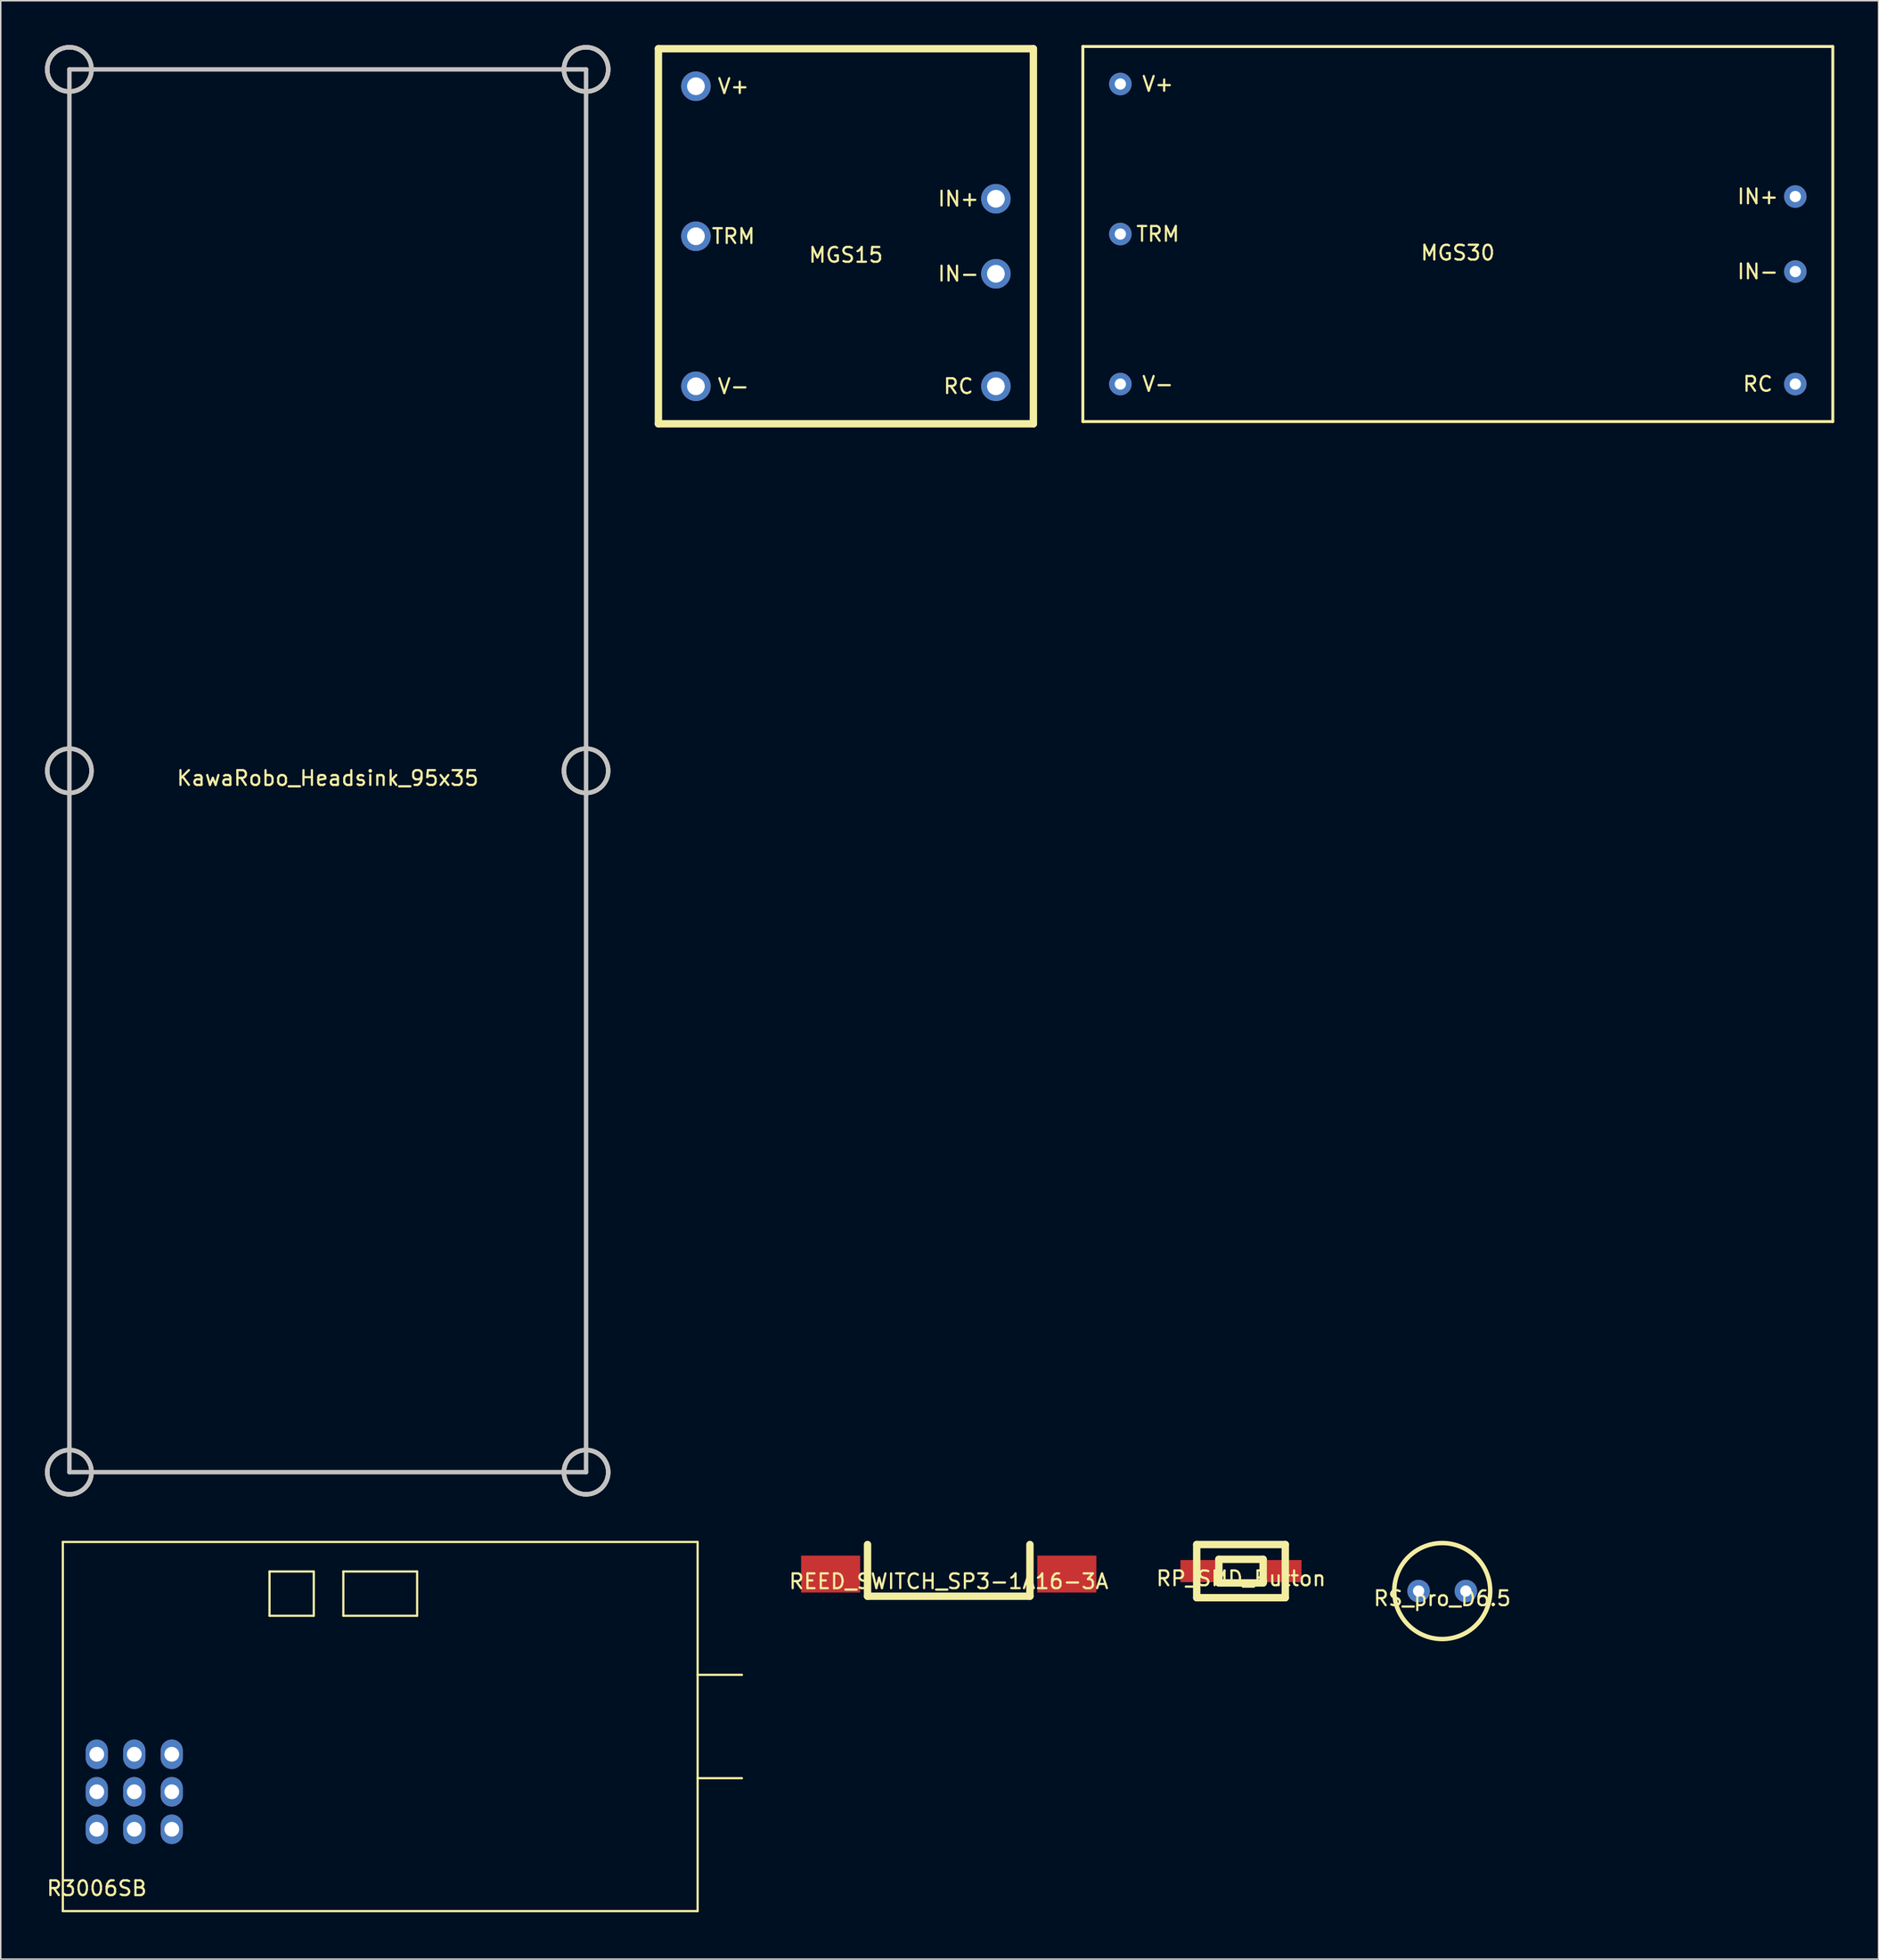
<source format=kicad_pcb>
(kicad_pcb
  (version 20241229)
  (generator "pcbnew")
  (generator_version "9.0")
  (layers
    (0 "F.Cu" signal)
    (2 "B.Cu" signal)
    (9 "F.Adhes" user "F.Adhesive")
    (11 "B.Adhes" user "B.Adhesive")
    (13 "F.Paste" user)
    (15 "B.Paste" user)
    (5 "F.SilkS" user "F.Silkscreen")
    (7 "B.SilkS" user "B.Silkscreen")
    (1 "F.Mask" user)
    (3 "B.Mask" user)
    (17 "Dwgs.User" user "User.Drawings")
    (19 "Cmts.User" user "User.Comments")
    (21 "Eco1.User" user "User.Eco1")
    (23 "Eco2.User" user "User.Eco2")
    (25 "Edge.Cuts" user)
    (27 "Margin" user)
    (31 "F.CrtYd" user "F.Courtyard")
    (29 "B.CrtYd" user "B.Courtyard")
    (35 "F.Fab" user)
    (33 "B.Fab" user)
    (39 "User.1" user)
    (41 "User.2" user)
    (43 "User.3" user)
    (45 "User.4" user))
  (footprint "RP_SMD_Button"
    (layer "F.Cu")
    (at 81.013 103.35)
    (property "Reference" "RP_SMD_Button" (at 0 0.5 0) (layer "F.SilkS") (effects (font (size 1 1) (thickness 0.15))))
    (attr through_hole)
    (fp_line (start -3 -1.8) (end -3 1.8) (stroke (width 0.5) (type solid)) (layer "F.SilkS"))
    (fp_line (start -3 1.8) (end 3 1.8) (stroke (width 0.5) (type solid)) (layer "F.SilkS"))
    (fp_line (start -1.5 -0.8) (end -1.5 0.8) (stroke (width 0.5) (type solid)) (layer "F.SilkS"))
    (fp_line (start -1.5 0.8) (end 1.5 0.8) (stroke (width 0.5) (type solid)) (layer "F.SilkS"))
    (fp_line (start 1.5 -0.8) (end -1.5 -0.8) (stroke (width 0.5) (type solid)) (layer "F.SilkS"))
    (fp_line (start 1.5 0.8) (end 1.5 -0.8) (stroke (width 0.5) (type solid)) (layer "F.SilkS"))
    (fp_line (start 3 -1.8) (end -3 -1.8) (stroke (width 0.5) (type solid)) (layer "F.SilkS"))
    (fp_line (start 3 1.8) (end 3 -1.8) (stroke (width 0.5) (type solid)) (layer "F.SilkS"))
    (pad "1" smd rect (at 2.8 0) (size 2.6 1.5) (layers "F.Cu" "F.Mask" "F.Paste"))
    (pad "2" smd rect (at -2.8 0) (size 2.6 1.5) (layers "F.Cu" "F.Mask" "F.Paste")))
  (footprint "MGS15"
    (layer "F.Cu")
    (at 54.25 12.95)
    (property "Reference" "MGS15" (at 0 1.27 0) (layer "F.SilkS") (effects (font (size 1 1) (thickness 0.15))))
    (attr through_hole)
    (fp_line (start -12.7 -12.7) (end -12.7 12.7) (stroke (width 0.5) (type solid)) (layer "F.SilkS"))
    (fp_line (start -12.7 12.7) (end 12.7 12.7) (stroke (width 0.5) (type solid)) (layer "F.SilkS"))
    (fp_line (start 12.7 -12.7) (end -12.7 -12.7) (stroke (width 0.5) (type solid)) (layer "F.SilkS"))
    (fp_line (start 12.7 12.7) (end 12.7 -12.7) (stroke (width 0.5) (type solid)) (layer "F.SilkS"))
    (fp_text user "IN+" (at 7.62 -2.54 0) (layer "F.SilkS") (effects (font (size 1 1) (thickness 0.15))))
    (fp_text user "IN-" (at 7.62 2.54 0) (layer "F.SilkS") (effects (font (size 1 1) (thickness 0.15))))
    (fp_text user "V-" (at -7.62 10.16 0) (layer "F.SilkS") (effects (font (size 1 1) (thickness 0.15))))
    (fp_text user "RC" (at 7.62 10.16 0) (layer "F.SilkS") (effects (font (size 1 1) (thickness 0.15))))
    (fp_text user "V+" (at -7.62 -10.16 0) (layer "F.SilkS") (effects (font (size 1 1) (thickness 0.15))))
    (fp_text user "TRM" (at -7.62 0 0) (layer "F.SilkS") (effects (font (size 1 1) (thickness 0.15))))
    (pad "1" thru_hole circle (at -10.16 -10.16) (size 2 2) (drill 1.2) (layers "*.Cu" "*.Mask"))
    (pad "2" thru_hole circle (at -10.16 0) (size 2 2) (drill 1.2) (layers "*.Cu" "*.Mask"))
    (pad "3" thru_hole circle (at -10.16 10.16) (size 2 2) (drill 1.2) (layers "*.Cu" "*.Mask"))
    (pad "4" thru_hole circle (at 10.16 10.16) (size 2 2) (drill 1.2) (layers "*.Cu" "*.Mask"))
    (pad "5" thru_hole circle (at 10.16 2.54) (size 2 2) (drill 1.2) (layers "*.Cu" "*.Mask"))
    (pad "6" thru_hole circle (at 10.16 -2.54) (size 2 2) (drill 1.2) (layers "*.Cu" "*.Mask")))
  (footprint "REED_SWITCH_SP3-1A16-3A"
    (layer "F.Cu")
    (at 61.215 103.55)
    (property "Reference" "REED_SWITCH_SP3-1A16-3A" (at 0 0.5 0) (layer "F.SilkS") (effects (font (size 1 1) (thickness 0.15))))
    (attr through_hole)
    (fp_line (start -5.5 -2) (end -5.5 1.5) (stroke (width 0.5) (type solid)) (layer "F.SilkS"))
    (fp_line (start -5.5 1.5) (end 5.5 1.5) (stroke (width 0.5) (type solid)) (layer "F.SilkS"))
    (fp_line (start 5.5 1.5) (end 5.5 -2) (stroke (width 0.5) (type solid)) (layer "F.SilkS"))
    (pad "1" smd rect (at 8 0) (size 4 2.5) (layers "F.Cu" "F.Mask" "F.Paste"))
    (pad "2" smd rect (at -8 0) (size 4 2.5) (layers "F.Cu" "F.Mask" "F.Paste")))
  (footprint "R3006SB"
    (layer "F.Cu")
    (at 1.206 126.375)
    (property "Reference" "R3006SB" (at 2.3 -1.54 0) (layer "F.SilkS") (effects (font (size 1 1) (thickness 0.15))))
    (attr through_hole)
    (fp_line (start 0 -25) (end 0 0) (stroke (width 0.15) (type solid)) (layer "F.SilkS"))
    (fp_line (start 0 0) (end 43 0) (stroke (width 0.15) (type solid)) (layer "F.SilkS"))
    (fp_line (start 14 -23) (end 14 -20) (stroke (width 0.15) (type solid)) (layer "F.SilkS"))
    (fp_line (start 14 -20) (end 17 -20) (stroke (width 0.15) (type solid)) (layer "F.SilkS"))
    (fp_line (start 17 -23) (end 14 -23) (stroke (width 0.15) (type solid)) (layer "F.SilkS"))
    (fp_line (start 17 -20) (end 17 -23) (stroke (width 0.15) (type solid)) (layer "F.SilkS"))
    (fp_line (start 19 -23) (end 19 -20) (stroke (width 0.15) (type solid)) (layer "F.SilkS"))
    (fp_line (start 19 -20) (end 24 -20) (stroke (width 0.15) (type solid)) (layer "F.SilkS"))
    (fp_line (start 24 -23) (end 19 -23) (stroke (width 0.15) (type solid)) (layer "F.SilkS"))
    (fp_line (start 24 -20) (end 24 -23) (stroke (width 0.15) (type solid)) (layer "F.SilkS"))
    (fp_line (start 43 -25) (end 0 -25) (stroke (width 0.15) (type solid)) (layer "F.SilkS"))
    (fp_line (start 43 -16) (end 46 -16) (stroke (width 0.15) (type solid)) (layer "F.SilkS"))
    (fp_line (start 43 -9) (end 46 -9) (stroke (width 0.15) (type solid)) (layer "F.SilkS"))
    (fp_line (start 43 0) (end 43 -25) (stroke (width 0.15) (type solid)) (layer "F.SilkS"))
    (pad "1" thru_hole oval (at 2.3 -5.54) (size 1.5 2) (drill 1) (layers "*.Cu" "*.Mask"))
    (pad "2" thru_hole oval (at 4.84 -5.54) (size 1.5 2) (drill 1) (layers "*.Cu" "*.Mask"))
    (pad "3" thru_hole oval (at 7.38 -5.54) (size 1.5 2) (drill 1) (layers "*.Cu" "*.Mask"))
    (pad "4" thru_hole oval (at 2.3 -8.08) (size 1.5 2) (drill 1) (layers "*.Cu" "*.Mask"))
    (pad "5" thru_hole oval (at 4.84 -8.08) (size 1.5 2) (drill 1) (layers "*.Cu" "*.Mask"))
    (pad "6" thru_hole oval (at 7.38 -8.08) (size 1.5 2) (drill 1) (layers "*.Cu" "*.Mask"))
    (pad "7" thru_hole oval (at 2.3 -10.62) (size 1.5 2) (drill 1) (layers "*.Cu" "*.Mask"))
    (pad "8" thru_hole oval (at 4.84 -10.62) (size 1.5 2) (drill 1) (layers "*.Cu" "*.Mask"))
    (pad "9" thru_hole oval (at 7.38 -10.62) (size 1.5 2) (drill 1) (layers "*.Cu" "*.Mask")))
  (footprint "MGS30"
    (layer "F.Cu")
    (at 95.7 12.8)
    (property "Reference" "MGS30" (at 0 1.27 0) (layer "F.SilkS") (effects (font (size 1 1) (thickness 0.15))))
    (attr through_hole)
    (fp_line (start -25.4 -12.7) (end 25.4 -12.7) (stroke (width 0.2) (type solid)) (layer "F.SilkS"))
    (fp_line (start -25.4 12.7) (end -25.4 -12.7) (stroke (width 0.2) (type solid)) (layer "F.SilkS"))
    (fp_line (start 25.4 12.7) (end -25.4 12.7) (stroke (width 0.2) (type solid)) (layer "F.SilkS"))
    (fp_line (start 25.4 12.7) (end 25.4 -12.7) (stroke (width 0.2) (type solid)) (layer "F.SilkS"))
    (fp_text user "TRM" (at -20.32 0 0) (layer "F.SilkS") (effects (font (size 1 1) (thickness 0.15))))
    (fp_text user "IN+" (at 20.32 -2.54 0) (layer "F.SilkS") (effects (font (size 1 1) (thickness 0.15))))
    (fp_text user "IN-" (at 20.32 2.54 0) (layer "F.SilkS") (effects (font (size 1 1) (thickness 0.15))))
    (fp_text user "V+" (at -20.32 -10.16 0) (layer "F.SilkS") (effects (font (size 1 1) (thickness 0.15))))
    (fp_text user "V-" (at -20.32 10.16 0) (layer "F.SilkS") (effects (font (size 1 1) (thickness 0.15))))
    (fp_text user "RC" (at 20.32 10.16 0) (layer "F.SilkS") (effects (font (size 1 1) (thickness 0.15))))
    (pad "1" thru_hole circle (at -22.86 -10.16) (size 1.524 1.524) (drill 0.762) (layers "*.Cu" "*.Mask"))
    (pad "2" thru_hole circle (at -22.86 0) (size 1.524 1.524) (drill 0.762) (layers "*.Cu" "*.Mask"))
    (pad "3" thru_hole circle (at -22.86 10.16) (size 1.524 1.524) (drill 0.762) (layers "*.Cu" "*.Mask"))
    (pad "4" thru_hole circle (at 22.86 10.16) (size 1.524 1.524) (drill 0.762) (layers "*.Cu" "*.Mask"))
    (pad "5" thru_hole circle (at 22.86 2.54) (size 1.524 1.524) (drill 0.762) (layers "*.Cu" "*.Mask"))
    (pad "6" thru_hole circle (at 22.86 -2.54) (size 1.524 1.524) (drill 0.762) (layers "*.Cu" "*.Mask")))
  (footprint "KawaRobo_Headsink_95x35"
    (layer "F.Cu")
    (at 19.15 49.15)
    (property "Reference" "KawaRobo_Headsink_95x35" (at 0 0.5 0) (layer "F.SilkS") (effects (font (size 1 1) (thickness 0.15))))
    (attr through_hole)
    (fp_circle (center -17.5 -47.5) (end -16 -47.5) (stroke (width 0.3) (type solid)) (fill no) (layer "F.SilkS"))
    (fp_circle (center -17.5 0) (end -16 0) (stroke (width 0.3) (type solid)) (fill no) (layer "F.SilkS"))
    (fp_circle (center -17.5 47.5) (end -16 47.5) (stroke (width 0.3) (type solid)) (fill no) (layer "F.SilkS"))
    (fp_circle (center 17.5 -47.5) (end 19 -47.5) (stroke (width 0.3) (type solid)) (fill no) (layer "F.SilkS"))
    (fp_circle (center 17.5 0) (end 19 0) (stroke (width 0.3) (type solid)) (fill no) (layer "F.SilkS"))
    (fp_circle (center 17.5 47.5) (end 19 47.5) (stroke (width 0.3) (type solid)) (fill no) (layer "F.SilkS"))
    (fp_line (start -17.5 47.5) (end -17.5 -47.5) (stroke (width 0.3) (type solid)) (layer "Dwgs.User"))
    (fp_line (start 17.5 -47.5) (end -17.5 -47.5) (stroke (width 0.3) (type solid)) (layer "Dwgs.User"))
    (fp_line (start 17.5 -47.5) (end 17.5 47.5) (stroke (width 0.3) (type solid)) (layer "Dwgs.User"))
    (fp_line (start 17.5 47.5) (end -17.5 47.5) (stroke (width 0.3) (type solid)) (layer "Dwgs.User"))
    (fp_circle (center -17.5 -47.5) (end -19 -47.5) (stroke (width 0.3) (type solid)) (fill no) (layer "Dwgs.User"))
    (fp_circle (center -17.5 -47.5) (end -16 -47.5) (stroke (width 0.3) (type solid)) (fill no) (layer "Dwgs.User"))
    (fp_circle (center -17.5 0) (end -16 0) (stroke (width 0.3) (type solid)) (fill no) (layer "Dwgs.User"))
    (fp_circle (center -17.5 47.5) (end -19 47.5) (stroke (width 0.3) (type solid)) (fill no) (layer "Dwgs.User"))
    (fp_circle (center -17.5 47.5) (end -16 47.5) (stroke (width 0.3) (type solid)) (fill no) (layer "Dwgs.User"))
    (fp_circle (center 17.5 -47.5) (end 19 -47.5) (stroke (width 0.3) (type solid)) (fill no) (layer "Dwgs.User"))
    (fp_circle (center 17.5 -47.5) (end 19 -47.5) (stroke (width 0.3) (type solid)) (fill no) (layer "Dwgs.User"))
    (fp_circle (center 17.5 0) (end 19 0) (stroke (width 0.3) (type solid)) (fill no) (layer "Dwgs.User"))
    (fp_circle (center 17.5 47.5) (end 19 47.5) (stroke (width 0.3) (type solid)) (fill no) (layer "Dwgs.User"))
    (fp_circle (center 17.5 47.5) (end 19 47.5) (stroke (width 0.3) (type solid)) (fill no) (layer "Dwgs.User")))
  (footprint "RS_pro_D6.5"
    (layer "F.Cu")
    (at 94.644 104.7)
    (property "Reference" "RS_pro_D6.5" (at 0 0.5 0) (layer "F.SilkS") (effects (font (size 1 1) (thickness 0.15))))
    (attr through_hole)
    (fp_circle (center 0 0) (end 3.25 0) (stroke (width 0.3) (type solid)) (fill no) (layer "F.SilkS"))
    (pad "1" thru_hole circle (at -1.6 0) (size 1.524 1.524) (drill 0.762) (layers "*.Cu" "*.Mask"))
    (pad "2" thru_hole circle (at 1.6 0) (size 1.524 1.524) (drill 0.762) (layers "*.Cu" "*.Mask")))
  (gr_rect
    (start -3 -3)
    (end 124.2 129.625)
    (stroke (width 0.1) (type default))
    (fill no)
    (layer "Edge.Cuts")))
</source>
